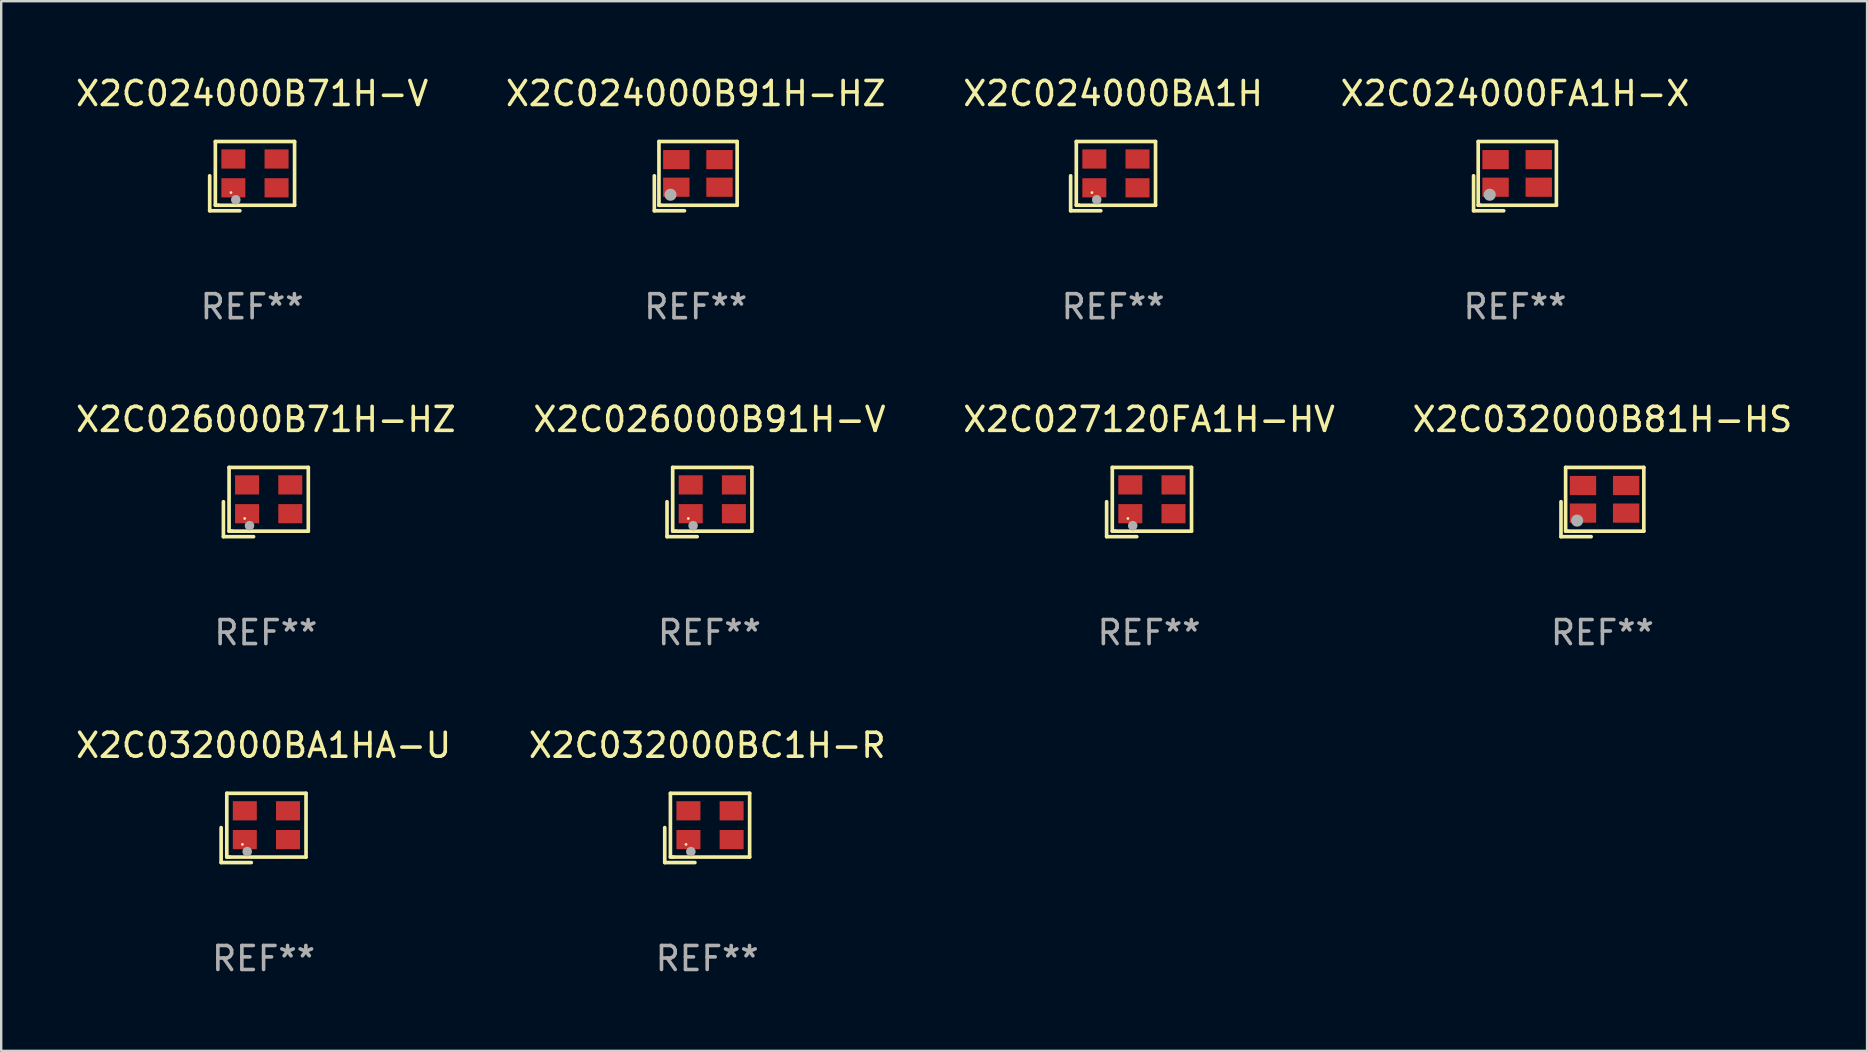
<source format=kicad_pcb>
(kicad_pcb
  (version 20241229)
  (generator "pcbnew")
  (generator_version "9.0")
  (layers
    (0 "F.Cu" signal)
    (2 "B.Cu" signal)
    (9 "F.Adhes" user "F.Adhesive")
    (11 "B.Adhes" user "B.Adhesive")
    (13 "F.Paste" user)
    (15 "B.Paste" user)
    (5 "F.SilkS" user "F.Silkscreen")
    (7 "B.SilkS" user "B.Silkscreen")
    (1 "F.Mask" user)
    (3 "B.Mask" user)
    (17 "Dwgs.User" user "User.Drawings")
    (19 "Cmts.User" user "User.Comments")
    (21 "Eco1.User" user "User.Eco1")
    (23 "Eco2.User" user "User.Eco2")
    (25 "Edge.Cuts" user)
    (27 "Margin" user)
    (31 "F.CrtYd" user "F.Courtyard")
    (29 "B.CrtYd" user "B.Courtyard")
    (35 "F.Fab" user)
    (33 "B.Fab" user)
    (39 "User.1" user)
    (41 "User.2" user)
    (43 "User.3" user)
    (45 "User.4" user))
  (footprint "X2C026000B71H-HZ"
    (layer "F.Cu")
    (at 8.03 17.873)
    (property "Reference" "X2C026000B71H-HZ" (at 0 -3.443 0) (layer "F.SilkS") (effects (font (size 1 1) (thickness 0.15))))
    (attr through_hole)
    (fp_line (start -1.769 -0.014) (end -1.769 1.443) (stroke (width 0.152) (type solid)) (layer "F.SilkS"))
    (fp_line (start -1.769 1.443) (end -0.512 1.443) (stroke (width 0.152) (type solid)) (layer "F.SilkS"))
    (fp_line (start -1.533 -1.443) (end 1.769 -1.443) (stroke (width 0.152) (type solid)) (layer "F.SilkS"))
    (fp_line (start -1.533 1.214) (end -1.533 -1.443) (stroke (width 0.152) (type solid)) (layer "F.SilkS"))
    (fp_line (start -1.411 1.214) (end -1.533 1.214) (stroke (width 0.152) (type solid)) (layer "F.SilkS"))
    (fp_line (start 1.769 -1.443) (end 1.769 1.214) (stroke (width 0.152) (type solid)) (layer "F.SilkS"))
    (fp_line (start 1.769 1.214) (end -1.411 1.214) (stroke (width 0.152) (type solid)) (layer "F.SilkS"))
    (fp_circle (center -0.882 0.686) (end -0.852 0.686) (stroke (width 0.06) (type solid)) (fill no) (layer "F.SilkS"))
    (fp_circle (center -0.682 0.986) (end -0.582 0.986) (stroke (width 0.2) (type solid)) (fill no) (layer "F.Fab"))
    (fp_text user "REF**" (at 0 5.443 0) (layer "F.Fab") (effects (font (size 1 1) (thickness 0.15))))
    (pad "1" smd rect (at -0.782 0.486 90) (size 0.8 1) (layers "F.Cu" "F.Mask" "F.Paste"))
    (pad "2" smd rect (at 1.018 0.486 90) (size 0.8 1) (layers "F.Cu" "F.Mask" "F.Paste"))
    (pad "3" smd rect (at 1.018 -0.714 90) (size 0.8 1) (layers "F.Cu" "F.Mask" "F.Paste"))
    (pad "4" smd rect (at -0.782 -0.714 90) (size 0.8 1) (layers "F.Cu" "F.Mask" "F.Paste")))
  (footprint "X2C032000BC1H-R"
    (layer "F.Cu")
    (at 26.423 31.455)
    (property "Reference" "X2C032000BC1H-R" (at 0 -3.443 0) (layer "F.SilkS") (effects (font (size 1 1) (thickness 0.15))))
    (attr through_hole)
    (fp_line (start -1.769 -0.014) (end -1.769 1.443) (stroke (width 0.152) (type solid)) (layer "F.SilkS"))
    (fp_line (start -1.769 1.443) (end -0.512 1.443) (stroke (width 0.152) (type solid)) (layer "F.SilkS"))
    (fp_line (start -1.533 -1.443) (end 1.769 -1.443) (stroke (width 0.152) (type solid)) (layer "F.SilkS"))
    (fp_line (start -1.533 1.214) (end -1.533 -1.443) (stroke (width 0.152) (type solid)) (layer "F.SilkS"))
    (fp_line (start -1.411 1.214) (end -1.533 1.214) (stroke (width 0.152) (type solid)) (layer "F.SilkS"))
    (fp_line (start 1.769 -1.443) (end 1.769 1.214) (stroke (width 0.152) (type solid)) (layer "F.SilkS"))
    (fp_line (start 1.769 1.214) (end -1.411 1.214) (stroke (width 0.152) (type solid)) (layer "F.SilkS"))
    (fp_circle (center -0.882 0.686) (end -0.852 0.686) (stroke (width 0.06) (type solid)) (fill no) (layer "F.SilkS"))
    (fp_circle (center -0.682 0.986) (end -0.582 0.986) (stroke (width 0.2) (type solid)) (fill no) (layer "F.Fab"))
    (fp_text user "REF**" (at 0 5.443 0) (layer "F.Fab") (effects (font (size 1 1) (thickness 0.15))))
    (pad "1" smd rect (at -0.782 0.486 90) (size 0.8 1) (layers "F.Cu" "F.Mask" "F.Paste"))
    (pad "2" smd rect (at 1.018 0.486 90) (size 0.8 1) (layers "F.Cu" "F.Mask" "F.Paste"))
    (pad "3" smd rect (at 1.018 -0.714 90) (size 0.8 1) (layers "F.Cu" "F.Mask" "F.Paste"))
    (pad "4" smd rect (at -0.782 -0.714 90) (size 0.8 1) (layers "F.Cu" "F.Mask" "F.Paste")))
  (footprint "X2C024000B91H-HZ"
    (layer "F.Cu")
    (at 25.946 4.291)
    (property "Reference" "X2C024000B91H-HZ" (at 0 -3.443 0) (layer "F.SilkS") (effects (font (size 1 1) (thickness 0.15))))
    (attr through_hole)
    (fp_line (start -1.726 -0.015) (end -1.726 1.443) (stroke (width 0.152) (type solid)) (layer "F.SilkS"))
    (fp_line (start -1.726 1.443) (end -0.469 1.443) (stroke (width 0.152) (type solid)) (layer "F.SilkS"))
    (fp_line (start -1.533 -1.443) (end 1.726 -1.443) (stroke (width 0.152) (type solid)) (layer "F.SilkS"))
    (fp_line (start -1.533 1.214) (end -1.533 -1.443) (stroke (width 0.152) (type solid)) (layer "F.SilkS"))
    (fp_line (start -1.439 1.214) (end -1.533 1.214) (stroke (width 0.152) (type solid)) (layer "F.SilkS"))
    (fp_line (start 1.726 -1.443) (end 1.726 1.214) (stroke (width 0.152) (type solid)) (layer "F.SilkS"))
    (fp_line (start 1.726 1.214) (end -1.439 1.214) (stroke (width 0.152) (type solid)) (layer "F.SilkS"))
    (fp_circle (center -0.91 0.686) (end -0.88 0.686) (stroke (width 0.06) (type solid)) (fill no) (layer "F.SilkS"))
    (fp_circle (center -1.053 0.775) (end -0.926 0.775) (stroke (width 0.254) (type solid)) (fill no) (layer "F.Fab"))
    (fp_text user "REF**" (at 0 5.443 0) (layer "F.Fab") (effects (font (size 1 1) (thickness 0.15))))
    (pad "1" smd rect (at -0.81 0.461) (size 1.1 0.8) (layers "F.Cu" "F.Mask" "F.Paste"))
    (pad "2" smd rect (at 0.99 0.461) (size 1.1 0.8) (layers "F.Cu" "F.Mask" "F.Paste"))
    (pad "3" smd rect (at 0.99 -0.689) (size 1.1 0.8) (layers "F.Cu" "F.Mask" "F.Paste"))
    (pad "4" smd rect (at -0.81 -0.689) (size 1.1 0.8) (layers "F.Cu" "F.Mask" "F.Paste")))
  (footprint "X2C027120FA1H-HV"
    (layer "F.Cu")
    (at 44.839 17.873)
    (property "Reference" "X2C027120FA1H-HV" (at 0 -3.443 0) (layer "F.SilkS") (effects (font (size 1 1) (thickness 0.15))))
    (attr through_hole)
    (fp_line (start -1.769 -0.014) (end -1.769 1.443) (stroke (width 0.152) (type solid)) (layer "F.SilkS"))
    (fp_line (start -1.769 1.443) (end -0.512 1.443) (stroke (width 0.152) (type solid)) (layer "F.SilkS"))
    (fp_line (start -1.533 -1.443) (end 1.769 -1.443) (stroke (width 0.152) (type solid)) (layer "F.SilkS"))
    (fp_line (start -1.533 1.214) (end -1.533 -1.443) (stroke (width 0.152) (type solid)) (layer "F.SilkS"))
    (fp_line (start -1.411 1.214) (end -1.533 1.214) (stroke (width 0.152) (type solid)) (layer "F.SilkS"))
    (fp_line (start 1.769 -1.443) (end 1.769 1.214) (stroke (width 0.152) (type solid)) (layer "F.SilkS"))
    (fp_line (start 1.769 1.214) (end -1.411 1.214) (stroke (width 0.152) (type solid)) (layer "F.SilkS"))
    (fp_circle (center -0.882 0.686) (end -0.852 0.686) (stroke (width 0.06) (type solid)) (fill no) (layer "F.SilkS"))
    (fp_circle (center -0.682 0.986) (end -0.582 0.986) (stroke (width 0.2) (type solid)) (fill no) (layer "F.Fab"))
    (fp_text user "REF**" (at 0 5.443 0) (layer "F.Fab") (effects (font (size 1 1) (thickness 0.15))))
    (pad "1" smd rect (at -0.782 0.486 90) (size 0.8 1) (layers "F.Cu" "F.Mask" "F.Paste"))
    (pad "2" smd rect (at 1.018 0.486 90) (size 0.8 1) (layers "F.Cu" "F.Mask" "F.Paste"))
    (pad "3" smd rect (at 1.018 -0.714 90) (size 0.8 1) (layers "F.Cu" "F.Mask" "F.Paste"))
    (pad "4" smd rect (at -0.782 -0.714 90) (size 0.8 1) (layers "F.Cu" "F.Mask" "F.Paste")))
  (footprint "X2C024000FA1H-X"
    (layer "F.Cu")
    (at 60.089 4.291)
    (property "Reference" "X2C024000FA1H-X" (at 0 -3.443 0) (layer "F.SilkS") (effects (font (size 1 1) (thickness 0.15))))
    (attr through_hole)
    (fp_line (start -1.726 -0.015) (end -1.726 1.443) (stroke (width 0.152) (type solid)) (layer "F.SilkS"))
    (fp_line (start -1.726 1.443) (end -0.469 1.443) (stroke (width 0.152) (type solid)) (layer "F.SilkS"))
    (fp_line (start -1.533 -1.443) (end 1.726 -1.443) (stroke (width 0.152) (type solid)) (layer "F.SilkS"))
    (fp_line (start -1.533 1.214) (end -1.533 -1.443) (stroke (width 0.152) (type solid)) (layer "F.SilkS"))
    (fp_line (start -1.439 1.214) (end -1.533 1.214) (stroke (width 0.152) (type solid)) (layer "F.SilkS"))
    (fp_line (start 1.726 -1.443) (end 1.726 1.214) (stroke (width 0.152) (type solid)) (layer "F.SilkS"))
    (fp_line (start 1.726 1.214) (end -1.439 1.214) (stroke (width 0.152) (type solid)) (layer "F.SilkS"))
    (fp_circle (center -0.91 0.686) (end -0.88 0.686) (stroke (width 0.06) (type solid)) (fill no) (layer "F.SilkS"))
    (fp_circle (center -1.053 0.775) (end -0.926 0.775) (stroke (width 0.254) (type solid)) (fill no) (layer "F.Fab"))
    (fp_text user "REF**" (at 0 5.443 0) (layer "F.Fab") (effects (font (size 1 1) (thickness 0.15))))
    (pad "1" smd rect (at -0.81 0.461) (size 1.1 0.8) (layers "F.Cu" "F.Mask" "F.Paste"))
    (pad "2" smd rect (at 0.99 0.461) (size 1.1 0.8) (layers "F.Cu" "F.Mask" "F.Paste"))
    (pad "3" smd rect (at 0.99 -0.689) (size 1.1 0.8) (layers "F.Cu" "F.Mask" "F.Paste"))
    (pad "4" smd rect (at -0.81 -0.689) (size 1.1 0.8) (layers "F.Cu" "F.Mask" "F.Paste")))
  (footprint "X2C026000B91H-V"
    (layer "F.Cu")
    (at 26.518 17.873)
    (property "Reference" "X2C026000B91H-V" (at 0 -3.443 0) (layer "F.SilkS") (effects (font (size 1 1) (thickness 0.15))))
    (attr through_hole)
    (fp_line (start -1.769 -0.014) (end -1.769 1.443) (stroke (width 0.152) (type solid)) (layer "F.SilkS"))
    (fp_line (start -1.769 1.443) (end -0.512 1.443) (stroke (width 0.152) (type solid)) (layer "F.SilkS"))
    (fp_line (start -1.533 -1.443) (end 1.769 -1.443) (stroke (width 0.152) (type solid)) (layer "F.SilkS"))
    (fp_line (start -1.533 1.214) (end -1.533 -1.443) (stroke (width 0.152) (type solid)) (layer "F.SilkS"))
    (fp_line (start -1.411 1.214) (end -1.533 1.214) (stroke (width 0.152) (type solid)) (layer "F.SilkS"))
    (fp_line (start 1.769 -1.443) (end 1.769 1.214) (stroke (width 0.152) (type solid)) (layer "F.SilkS"))
    (fp_line (start 1.769 1.214) (end -1.411 1.214) (stroke (width 0.152) (type solid)) (layer "F.SilkS"))
    (fp_circle (center -0.882 0.686) (end -0.852 0.686) (stroke (width 0.06) (type solid)) (fill no) (layer "F.SilkS"))
    (fp_circle (center -0.682 0.986) (end -0.582 0.986) (stroke (width 0.2) (type solid)) (fill no) (layer "F.Fab"))
    (fp_text user "REF**" (at 0 5.443 0) (layer "F.Fab") (effects (font (size 1 1) (thickness 0.15))))
    (pad "1" smd rect (at -0.782 0.486 90) (size 0.8 1) (layers "F.Cu" "F.Mask" "F.Paste"))
    (pad "2" smd rect (at 1.018 0.486 90) (size 0.8 1) (layers "F.Cu" "F.Mask" "F.Paste"))
    (pad "3" smd rect (at 1.018 -0.714 90) (size 0.8 1) (layers "F.Cu" "F.Mask" "F.Paste"))
    (pad "4" smd rect (at -0.782 -0.714 90) (size 0.8 1) (layers "F.Cu" "F.Mask" "F.Paste")))
  (footprint "X2C024000BA1H"
    (layer "F.Cu")
    (at 43.339 4.291)
    (property "Reference" "X2C024000BA1H" (at 0 -3.443 0) (layer "F.SilkS") (effects (font (size 1 1) (thickness 0.15))))
    (attr through_hole)
    (fp_line (start -1.769 -0.014) (end -1.769 1.443) (stroke (width 0.152) (type solid)) (layer "F.SilkS"))
    (fp_line (start -1.769 1.443) (end -0.512 1.443) (stroke (width 0.152) (type solid)) (layer "F.SilkS"))
    (fp_line (start -1.533 -1.443) (end 1.769 -1.443) (stroke (width 0.152) (type solid)) (layer "F.SilkS"))
    (fp_line (start -1.533 1.214) (end -1.533 -1.443) (stroke (width 0.152) (type solid)) (layer "F.SilkS"))
    (fp_line (start -1.411 1.214) (end -1.533 1.214) (stroke (width 0.152) (type solid)) (layer "F.SilkS"))
    (fp_line (start 1.769 -1.443) (end 1.769 1.214) (stroke (width 0.152) (type solid)) (layer "F.SilkS"))
    (fp_line (start 1.769 1.214) (end -1.411 1.214) (stroke (width 0.152) (type solid)) (layer "F.SilkS"))
    (fp_circle (center -0.882 0.686) (end -0.852 0.686) (stroke (width 0.06) (type solid)) (fill no) (layer "F.SilkS"))
    (fp_circle (center -0.682 0.986) (end -0.582 0.986) (stroke (width 0.2) (type solid)) (fill no) (layer "F.Fab"))
    (fp_text user "REF**" (at 0 5.443 0) (layer "F.Fab") (effects (font (size 1 1) (thickness 0.15))))
    (pad "1" smd rect (at -0.782 0.486 90) (size 0.8 1) (layers "F.Cu" "F.Mask" "F.Paste"))
    (pad "2" smd rect (at 1.018 0.486 90) (size 0.8 1) (layers "F.Cu" "F.Mask" "F.Paste"))
    (pad "3" smd rect (at 1.018 -0.714 90) (size 0.8 1) (layers "F.Cu" "F.Mask" "F.Paste"))
    (pad "4" smd rect (at -0.782 -0.714 90) (size 0.8 1) (layers "F.Cu" "F.Mask" "F.Paste")))
  (footprint "X2C032000B81H-HS"
    (layer "F.Cu")
    (at 63.732 17.873)
    (property "Reference" "X2C032000B81H-HS" (at 0 -3.443 0) (layer "F.SilkS") (effects (font (size 1 1) (thickness 0.15))))
    (attr through_hole)
    (fp_line (start -1.726 -0.015) (end -1.726 1.443) (stroke (width 0.152) (type solid)) (layer "F.SilkS"))
    (fp_line (start -1.726 1.443) (end -0.469 1.443) (stroke (width 0.152) (type solid)) (layer "F.SilkS"))
    (fp_line (start -1.533 -1.443) (end 1.726 -1.443) (stroke (width 0.152) (type solid)) (layer "F.SilkS"))
    (fp_line (start -1.533 1.214) (end -1.533 -1.443) (stroke (width 0.152) (type solid)) (layer "F.SilkS"))
    (fp_line (start -1.439 1.214) (end -1.533 1.214) (stroke (width 0.152) (type solid)) (layer "F.SilkS"))
    (fp_line (start 1.726 -1.443) (end 1.726 1.214) (stroke (width 0.152) (type solid)) (layer "F.SilkS"))
    (fp_line (start 1.726 1.214) (end -1.439 1.214) (stroke (width 0.152) (type solid)) (layer "F.SilkS"))
    (fp_circle (center -0.91 0.686) (end -0.88 0.686) (stroke (width 0.06) (type solid)) (fill no) (layer "F.SilkS"))
    (fp_circle (center -1.053 0.775) (end -0.926 0.775) (stroke (width 0.254) (type solid)) (fill no) (layer "F.Fab"))
    (fp_text user "REF**" (at 0 5.443 0) (layer "F.Fab") (effects (font (size 1 1) (thickness 0.15))))
    (pad "1" smd rect (at -0.81 0.461) (size 1.1 0.8) (layers "F.Cu" "F.Mask" "F.Paste"))
    (pad "2" smd rect (at 0.99 0.461) (size 1.1 0.8) (layers "F.Cu" "F.Mask" "F.Paste"))
    (pad "3" smd rect (at 0.99 -0.689) (size 1.1 0.8) (layers "F.Cu" "F.Mask" "F.Paste"))
    (pad "4" smd rect (at -0.81 -0.689) (size 1.1 0.8) (layers "F.Cu" "F.Mask" "F.Paste")))
  (footprint "X2C024000B71H-V"
    (layer "F.Cu")
    (at 7.458 4.291)
    (property "Reference" "X2C024000B71H-V" (at 0 -3.443 0) (layer "F.SilkS") (effects (font (size 1 1) (thickness 0.15))))
    (attr through_hole)
    (fp_line (start -1.769 -0.014) (end -1.769 1.443) (stroke (width 0.152) (type solid)) (layer "F.SilkS"))
    (fp_line (start -1.769 1.443) (end -0.512 1.443) (stroke (width 0.152) (type solid)) (layer "F.SilkS"))
    (fp_line (start -1.533 -1.443) (end 1.769 -1.443) (stroke (width 0.152) (type solid)) (layer "F.SilkS"))
    (fp_line (start -1.533 1.214) (end -1.533 -1.443) (stroke (width 0.152) (type solid)) (layer "F.SilkS"))
    (fp_line (start -1.411 1.214) (end -1.533 1.214) (stroke (width 0.152) (type solid)) (layer "F.SilkS"))
    (fp_line (start 1.769 -1.443) (end 1.769 1.214) (stroke (width 0.152) (type solid)) (layer "F.SilkS"))
    (fp_line (start 1.769 1.214) (end -1.411 1.214) (stroke (width 0.152) (type solid)) (layer "F.SilkS"))
    (fp_circle (center -0.882 0.686) (end -0.852 0.686) (stroke (width 0.06) (type solid)) (fill no) (layer "F.SilkS"))
    (fp_circle (center -0.682 0.986) (end -0.582 0.986) (stroke (width 0.2) (type solid)) (fill no) (layer "F.Fab"))
    (fp_text user "REF**" (at 0 5.443 0) (layer "F.Fab") (effects (font (size 1 1) (thickness 0.15))))
    (pad "1" smd rect (at -0.782 0.486 90) (size 0.8 1) (layers "F.Cu" "F.Mask" "F.Paste"))
    (pad "2" smd rect (at 1.018 0.486 90) (size 0.8 1) (layers "F.Cu" "F.Mask" "F.Paste"))
    (pad "3" smd rect (at 1.018 -0.714 90) (size 0.8 1) (layers "F.Cu" "F.Mask" "F.Paste"))
    (pad "4" smd rect (at -0.782 -0.714 90) (size 0.8 1) (layers "F.Cu" "F.Mask" "F.Paste")))
  (footprint "X2C032000BA1HA-U"
    (layer "F.Cu")
    (at 7.935 31.455)
    (property "Reference" "X2C032000BA1HA-U" (at 0 -3.443 0) (layer "F.SilkS") (effects (font (size 1 1) (thickness 0.15))))
    (attr through_hole)
    (fp_line (start -1.769 -0.014) (end -1.769 1.443) (stroke (width 0.152) (type solid)) (layer "F.SilkS"))
    (fp_line (start -1.769 1.443) (end -0.512 1.443) (stroke (width 0.152) (type solid)) (layer "F.SilkS"))
    (fp_line (start -1.533 -1.443) (end 1.769 -1.443) (stroke (width 0.152) (type solid)) (layer "F.SilkS"))
    (fp_line (start -1.533 1.214) (end -1.533 -1.443) (stroke (width 0.152) (type solid)) (layer "F.SilkS"))
    (fp_line (start -1.411 1.214) (end -1.533 1.214) (stroke (width 0.152) (type solid)) (layer "F.SilkS"))
    (fp_line (start 1.769 -1.443) (end 1.769 1.214) (stroke (width 0.152) (type solid)) (layer "F.SilkS"))
    (fp_line (start 1.769 1.214) (end -1.411 1.214) (stroke (width 0.152) (type solid)) (layer "F.SilkS"))
    (fp_circle (center -0.882 0.686) (end -0.852 0.686) (stroke (width 0.06) (type solid)) (fill no) (layer "F.SilkS"))
    (fp_circle (center -0.682 0.986) (end -0.582 0.986) (stroke (width 0.2) (type solid)) (fill no) (layer "F.Fab"))
    (fp_text user "REF**" (at 0 5.443 0) (layer "F.Fab") (effects (font (size 1 1) (thickness 0.15))))
    (pad "1" smd rect (at -0.782 0.486 90) (size 0.8 1) (layers "F.Cu" "F.Mask" "F.Paste"))
    (pad "2" smd rect (at 1.018 0.486 90) (size 0.8 1) (layers "F.Cu" "F.Mask" "F.Paste"))
    (pad "3" smd rect (at 1.018 -0.714 90) (size 0.8 1) (layers "F.Cu" "F.Mask" "F.Paste"))
    (pad "4" smd rect (at -0.782 -0.714 90) (size 0.8 1) (layers "F.Cu" "F.Mask" "F.Paste")))
  (gr_rect
    (start -3 -3)
    (end 74.762 40.746)
    (stroke (width 0.1) (type default))
    (fill no)
    (layer "Edge.Cuts")))
</source>
